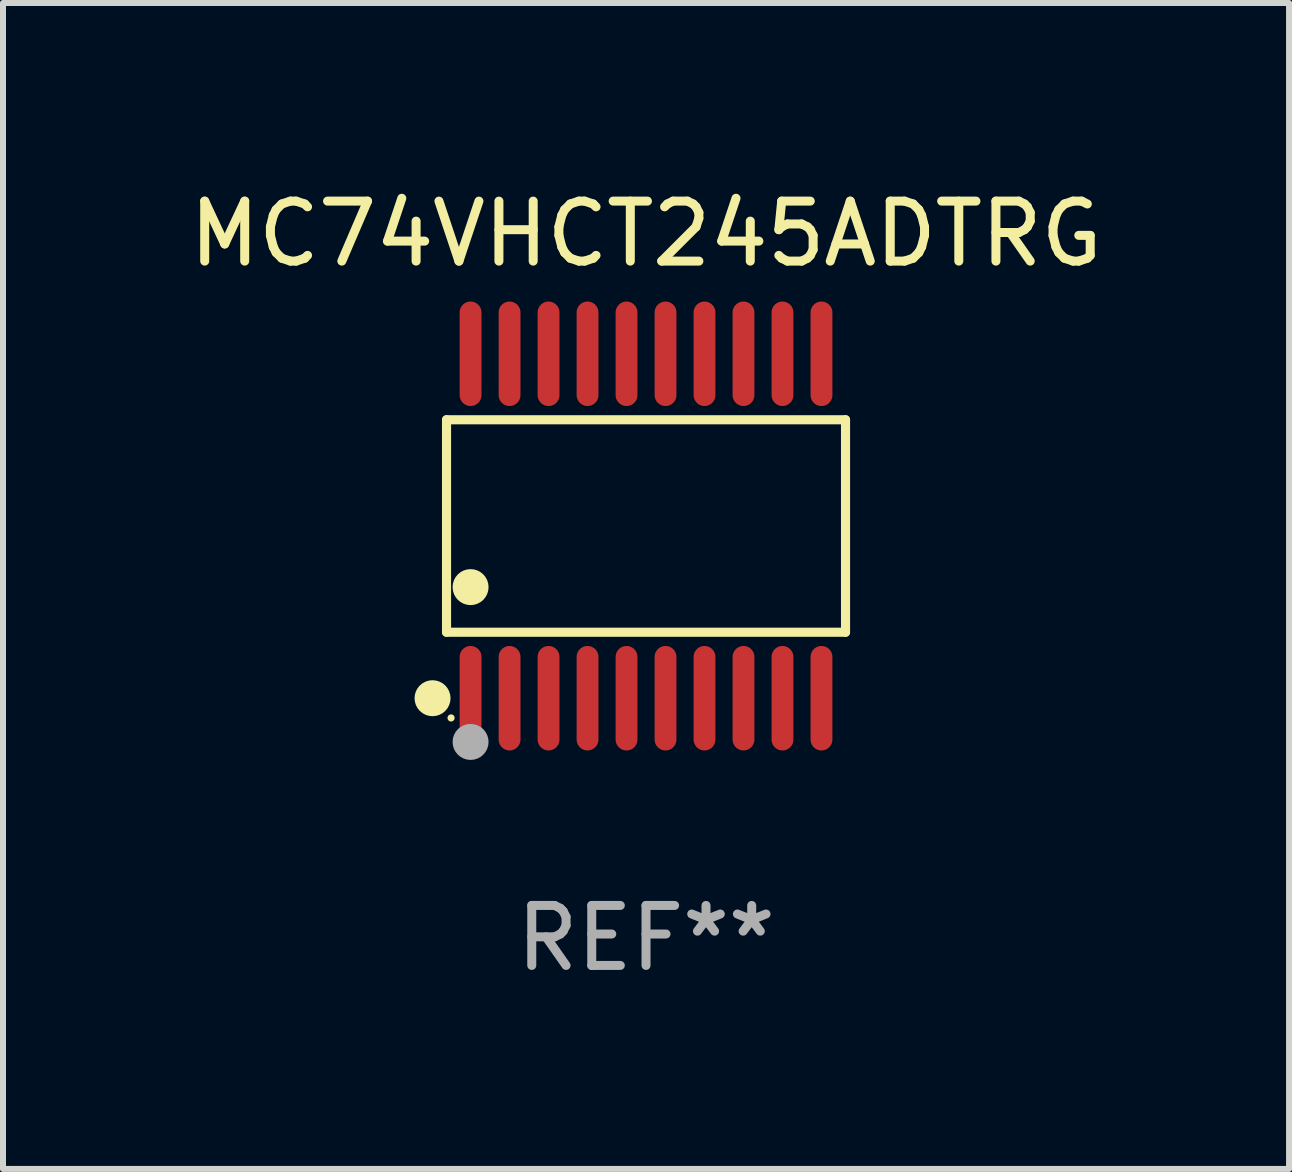
<source format=kicad_pcb>
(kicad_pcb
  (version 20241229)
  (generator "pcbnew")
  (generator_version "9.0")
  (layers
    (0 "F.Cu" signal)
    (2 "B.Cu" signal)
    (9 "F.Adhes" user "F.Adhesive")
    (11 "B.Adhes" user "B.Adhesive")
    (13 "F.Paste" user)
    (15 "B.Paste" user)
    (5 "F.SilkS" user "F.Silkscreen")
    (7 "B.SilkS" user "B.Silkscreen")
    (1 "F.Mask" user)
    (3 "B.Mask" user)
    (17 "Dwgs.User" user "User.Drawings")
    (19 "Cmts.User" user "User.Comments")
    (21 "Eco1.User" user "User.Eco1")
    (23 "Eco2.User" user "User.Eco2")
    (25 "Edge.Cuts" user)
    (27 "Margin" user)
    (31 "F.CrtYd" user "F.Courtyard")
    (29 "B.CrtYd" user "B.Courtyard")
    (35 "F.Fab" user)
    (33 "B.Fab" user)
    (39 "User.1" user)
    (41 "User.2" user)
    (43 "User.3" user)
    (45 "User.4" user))
  (footprint "MC74VHCT245ADTRG"
    (layer "F.Cu")
    (at 7.72 5.719)
    (property "Reference" "MC74VHCT245ADTRG" (at 0 -4.871 0) (layer "F.SilkS") (effects (font (size 1 1) (thickness 0.15))))
    (attr through_hole)
    (fp_line (start -3.326 -1.771) (end 3.326 -1.771) (stroke (width 0.152) (type solid)) (layer "F.SilkS"))
    (fp_line (start -3.326 1.771) (end -3.326 -1.771) (stroke (width 0.152) (type solid)) (layer "F.SilkS"))
    (fp_line (start 3.326 -1.771) (end 3.326 1.771) (stroke (width 0.152) (type solid)) (layer "F.SilkS"))
    (fp_line (start 3.326 1.771) (end -3.326 1.771) (stroke (width 0.152) (type solid)) (layer "F.SilkS"))
    (fp_circle (center -3.559 2.871) (end -3.409 2.871) (stroke (width 0.3) (type solid)) (fill no) (layer "F.SilkS"))
    (fp_circle (center -3.25 3.2) (end -3.22 3.2) (stroke (width 0.06) (type solid)) (fill no) (layer "F.SilkS"))
    (fp_circle (center -2.925 1.019) (end -2.775 1.019) (stroke (width 0.3) (type solid)) (fill no) (layer "F.SilkS"))
    (fp_circle (center -2.925 3.6) (end -2.775 3.6) (stroke (width 0.3) (type solid)) (fill no) (layer "F.Fab"))
    (fp_text user "REF**" (at 0 6.871 0) (layer "F.Fab") (effects (font (size 1 1) (thickness 0.15))))
    (pad "1" smd oval (at -2.925 2.871) (size 0.364 1.742) (layers "F.Cu" "F.Mask" "F.Paste"))
    (pad "2" smd oval (at -2.275 2.871) (size 0.364 1.742) (layers "F.Cu" "F.Mask" "F.Paste"))
    (pad "3" smd oval (at -1.625 2.871) (size 0.364 1.742) (layers "F.Cu" "F.Mask" "F.Paste"))
    (pad "4" smd oval (at -0.975 2.871) (size 0.364 1.742) (layers "F.Cu" "F.Mask" "F.Paste"))
    (pad "5" smd oval (at -0.325 2.871) (size 0.364 1.742) (layers "F.Cu" "F.Mask" "F.Paste"))
    (pad "6" smd oval (at 0.325 2.871) (size 0.364 1.742) (layers "F.Cu" "F.Mask" "F.Paste"))
    (pad "7" smd oval (at 0.975 2.871) (size 0.364 1.742) (layers "F.Cu" "F.Mask" "F.Paste"))
    (pad "8" smd oval (at 1.625 2.871) (size 0.364 1.742) (layers "F.Cu" "F.Mask" "F.Paste"))
    (pad "9" smd oval (at 2.275 2.871) (size 0.364 1.742) (layers "F.Cu" "F.Mask" "F.Paste"))
    (pad "10" smd oval (at 2.925 2.871) (size 0.364 1.742) (layers "F.Cu" "F.Mask" "F.Paste"))
    (pad "11" smd oval (at 2.925 -2.871) (size 0.364 1.742) (layers "F.Cu" "F.Mask" "F.Paste"))
    (pad "12" smd oval (at 2.275 -2.871) (size 0.364 1.742) (layers "F.Cu" "F.Mask" "F.Paste"))
    (pad "13" smd oval (at 1.625 -2.871) (size 0.364 1.742) (layers "F.Cu" "F.Mask" "F.Paste"))
    (pad "14" smd oval (at 0.975 -2.871) (size 0.364 1.742) (layers "F.Cu" "F.Mask" "F.Paste"))
    (pad "15" smd oval (at 0.325 -2.871) (size 0.364 1.742) (layers "F.Cu" "F.Mask" "F.Paste"))
    (pad "16" smd oval (at -0.325 -2.871) (size 0.364 1.742) (layers "F.Cu" "F.Mask" "F.Paste"))
    (pad "17" smd oval (at -0.975 -2.871) (size 0.364 1.742) (layers "F.Cu" "F.Mask" "F.Paste"))
    (pad "18" smd oval (at -1.625 -2.871) (size 0.364 1.742) (layers "F.Cu" "F.Mask" "F.Paste"))
    (pad "19" smd oval (at -2.275 -2.871) (size 0.364 1.742) (layers "F.Cu" "F.Mask" "F.Paste"))
    (pad "20" smd oval (at -2.925 -2.871) (size 0.364 1.742) (layers "F.Cu" "F.Mask" "F.Paste")))
  (gr_rect
    (start -3 -3)
    (end 18.44 16.438)
    (stroke (width 0.1) (type default))
    (fill no)
    (layer "Edge.Cuts")))
</source>
